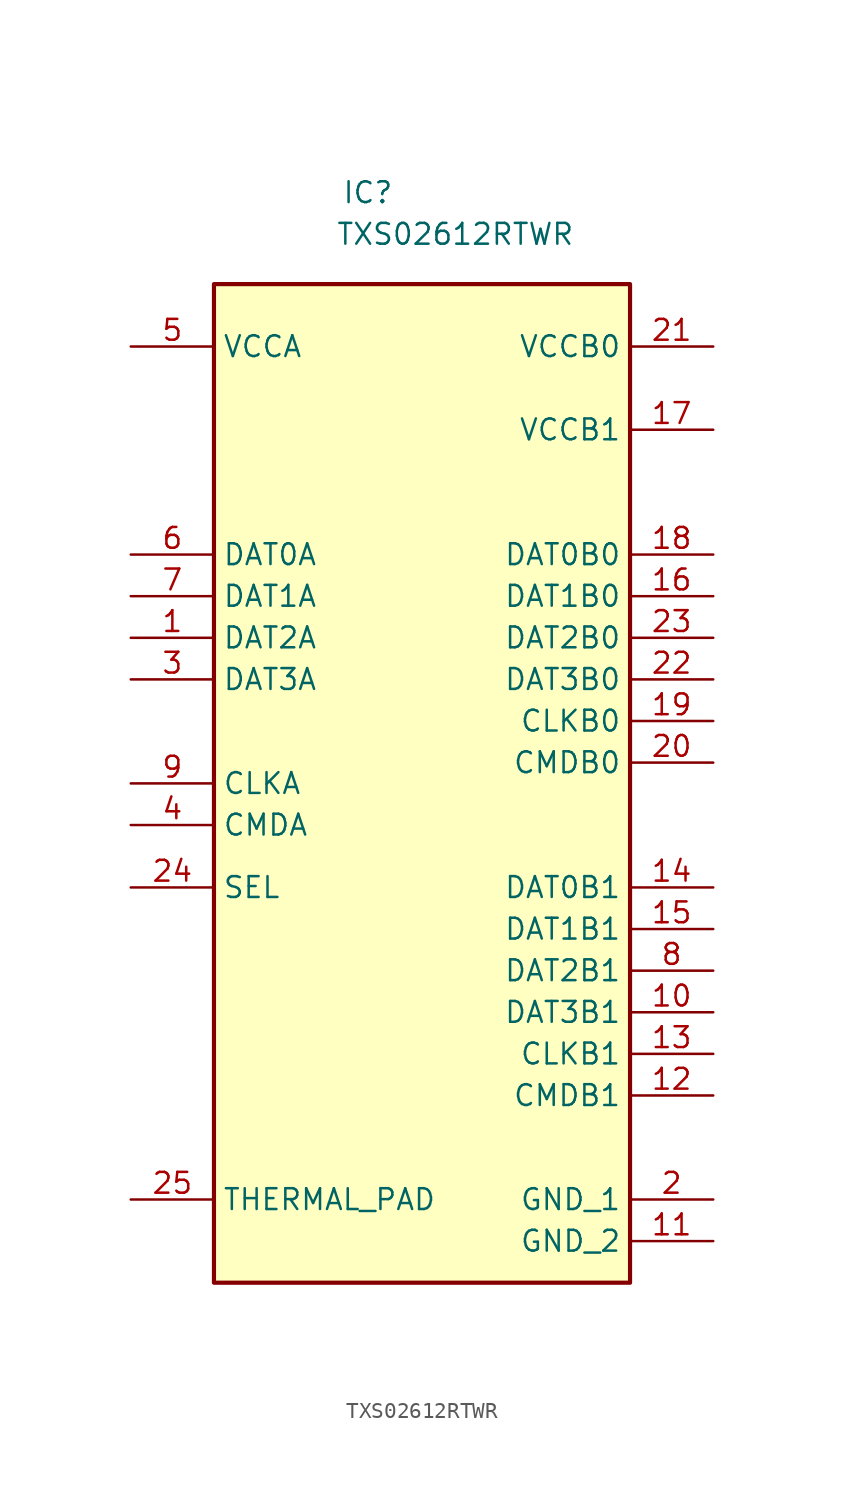
<source format=kicad_sym>
(kicad_symbol_lib
  (version 20231120)
  (generator "kicad_symbol_editor")
  (generator_version "8.0")
  (symbol "TXS02612RTWR"
    (property "Reference" "IC"
      (at 14.478 22.098 0)
      (effects (font (size 1.27 1.27))))
    (property "Value" "TXS02612RTWR"
      (at 19.812 19.558 0)
      (effects (font (size 1.27 1.27))))
    (symbol "TXS02612RTWR_1_1"
      (rectangle (start 5.08 16.51) (end 30.48 -44.45) (stroke (width 0.254) (type default)) (fill (type background)))
      (pin passive line (at 0 -5.08 0) (length 5.08) (name "DAT2A" (effects (font (size 1.27 1.27)))) (number "1" (effects (font (size 1.27 1.27)))))
      (pin passive line (at 35.56 -27.94 180) (length 5.08) (name "DAT3B1" (effects (font (size 1.27 1.27)))) (number "10" (effects (font (size 1.27 1.27)))))
      (pin power_in line (at 35.56 -41.91 180) (length 5.08) (name "GND_2" (effects (font (size 1.27 1.27)))) (number "11" (effects (font (size 1.27 1.27)))))
      (pin passive line (at 35.56 -33.02 180) (length 5.08) (name "CMDB1" (effects (font (size 1.27 1.27)))) (number "12" (effects (font (size 1.27 1.27)))))
      (pin passive line (at 35.56 -30.48 180) (length 5.08) (name "CLKB1" (effects (font (size 1.27 1.27)))) (number "13" (effects (font (size 1.27 1.27)))))
      (pin passive line (at 35.56 -20.32 180) (length 5.08) (name "DAT0B1" (effects (font (size 1.27 1.27)))) (number "14" (effects (font (size 1.27 1.27)))))
      (pin passive line (at 35.56 -22.86 180) (length 5.08) (name "DAT1B1" (effects (font (size 1.27 1.27)))) (number "15" (effects (font (size 1.27 1.27)))))
      (pin passive line (at 35.56 -2.54 180) (length 5.08) (name "DAT1B0" (effects (font (size 1.27 1.27)))) (number "16" (effects (font (size 1.27 1.27)))))
      (pin passive line (at 35.56 7.62 180) (length 5.08) (name "VCCB1" (effects (font (size 1.27 1.27)))) (number "17" (effects (font (size 1.27 1.27)))))
      (pin passive line (at 35.56 0 180) (length 5.08) (name "DAT0B0" (effects (font (size 1.27 1.27)))) (number "18" (effects (font (size 1.27 1.27)))))
      (pin passive line (at 35.56 -10.16 180) (length 5.08) (name "CLKB0" (effects (font (size 1.27 1.27)))) (number "19" (effects (font (size 1.27 1.27)))))
      (pin power_in line (at 35.56 -39.37 180) (length 5.08) (name "GND_1" (effects (font (size 1.27 1.27)))) (number "2" (effects (font (size 1.27 1.27)))))
      (pin passive line (at 35.56 -12.7 180) (length 5.08) (name "CMDB0" (effects (font (size 1.27 1.27)))) (number "20" (effects (font (size 1.27 1.27)))))
      (pin power_in line (at 35.56 12.7 180) (length 5.08) (name "VCCB0" (effects (font (size 1.27 1.27)))) (number "21" (effects (font (size 1.27 1.27)))))
      (pin passive line (at 35.56 -7.62 180) (length 5.08) (name "DAT3B0" (effects (font (size 1.27 1.27)))) (number "22" (effects (font (size 1.27 1.27)))))
      (pin passive line (at 35.56 -5.08 180) (length 5.08) (name "DAT2B0" (effects (font (size 1.27 1.27)))) (number "23" (effects (font (size 1.27 1.27)))))
      (pin passive line (at 0 -20.32 0) (length 5.08) (name "SEL" (effects (font (size 1.27 1.27)))) (number "24" (effects (font (size 1.27 1.27)))))
      (pin passive line (at 0 -39.37 0) (length 5.08) (name "THERMAL_PAD" (effects (font (size 1.27 1.27)))) (number "25" (effects (font (size 1.27 1.27)))))
      (pin passive line (at 0 -7.62 0) (length 5.08) (name "DAT3A" (effects (font (size 1.27 1.27)))) (number "3" (effects (font (size 1.27 1.27)))))
      (pin passive line (at 0 -16.51 0) (length 5.08) (name "CMDA" (effects (font (size 1.27 1.27)))) (number "4" (effects (font (size 1.27 1.27)))))
      (pin power_in line (at 0 12.7 0) (length 5.08) (name "VCCA" (effects (font (size 1.27 1.27)))) (number "5" (effects (font (size 1.27 1.27)))))
      (pin passive line (at 0 0 0) (length 5.08) (name "DAT0A" (effects (font (size 1.27 1.27)))) (number "6" (effects (font (size 1.27 1.27)))))
      (pin passive line (at 0 -2.54 0) (length 5.08) (name "DAT1A" (effects (font (size 1.27 1.27)))) (number "7" (effects (font (size 1.27 1.27)))))
      (pin passive line (at 35.56 -25.4 180) (length 5.08) (name "DAT2B1" (effects (font (size 1.27 1.27)))) (number "8" (effects (font (size 1.27 1.27)))))
      (pin passive line (at 0 -13.97 0) (length 5.08) (name "CLKA" (effects (font (size 1.27 1.27)))) (number "9" (effects (font (size 1.27 1.27))))))))
</source>
